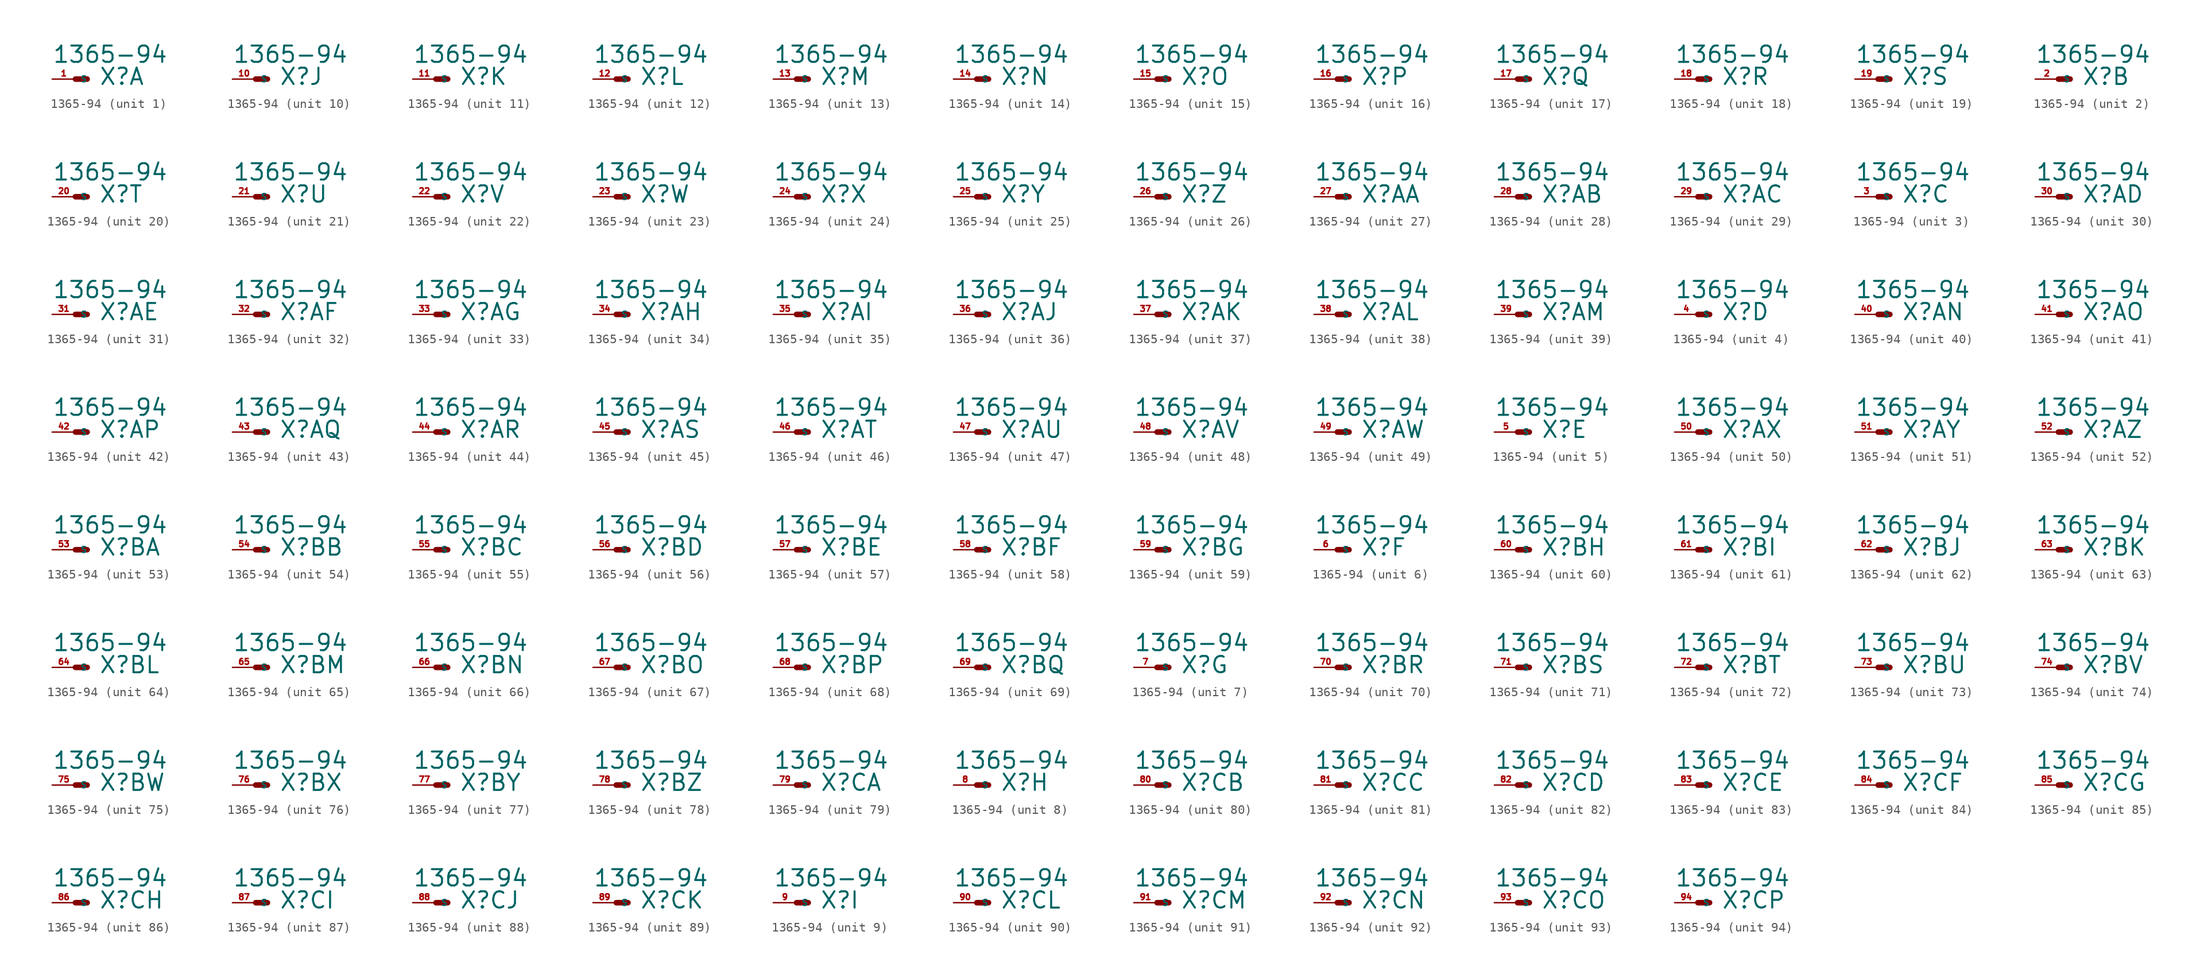
<source format=kicad_sym>
(kicad_symbol_lib
  (version 20220914)
  (generator Eagle2Kicad)
  (symbol "1365-94"
    (property "Reference" "X"
      (at 2.54 -0.762 0)
      (effects (font (size 1.778 1.778) (thickness 0.22)) (justify left bottom)))
    (property "Value" "1365-94"
      (at -2.54 1.651 0)
      (effects (font (size 1.778 1.778) (thickness 0.22)) (justify left bottom)))
    (symbol "1365-94_1_0"
      (polyline (pts (xy 0 0) (xy 1.27 0)) (stroke (width 0.61) (type default)) (fill (type none)))
      (pin passive line (at -2.54 0 0) (length 2.54) (name "S" (effects (font (size 0.635 0.635) (thickness 0.08)) (justify left bottom))) (number "1" (effects (font (size 0.635 0.635) (thickness 0.08)) (justify left bottom)))))
    (symbol "1365-94_2_0"
      (polyline (pts (xy 0 0) (xy 1.27 0)) (stroke (width 0.61) (type default)) (fill (type none)))
      (pin passive line (at -2.54 0 0) (length 2.54) (name "S" (effects (font (size 0.635 0.635) (thickness 0.08)) (justify left bottom))) (number "2" (effects (font (size 0.635 0.635) (thickness 0.08)) (justify left bottom)))))
    (symbol "1365-94_3_0"
      (polyline (pts (xy 0 0) (xy 1.27 0)) (stroke (width 0.61) (type default)) (fill (type none)))
      (pin passive line (at -2.54 0 0) (length 2.54) (name "S" (effects (font (size 0.635 0.635) (thickness 0.08)) (justify left bottom))) (number "3" (effects (font (size 0.635 0.635) (thickness 0.08)) (justify left bottom)))))
    (symbol "1365-94_4_0"
      (polyline (pts (xy 0 0) (xy 1.27 0)) (stroke (width 0.61) (type default)) (fill (type none)))
      (pin passive line (at -2.54 0 0) (length 2.54) (name "S" (effects (font (size 0.635 0.635) (thickness 0.08)) (justify left bottom))) (number "4" (effects (font (size 0.635 0.635) (thickness 0.08)) (justify left bottom)))))
    (symbol "1365-94_5_0"
      (polyline (pts (xy 0 0) (xy 1.27 0)) (stroke (width 0.61) (type default)) (fill (type none)))
      (pin passive line (at -2.54 0 0) (length 2.54) (name "S" (effects (font (size 0.635 0.635) (thickness 0.08)) (justify left bottom))) (number "5" (effects (font (size 0.635 0.635) (thickness 0.08)) (justify left bottom)))))
    (symbol "1365-94_6_0"
      (polyline (pts (xy 0 0) (xy 1.27 0)) (stroke (width 0.61) (type default)) (fill (type none)))
      (pin passive line (at -2.54 0 0) (length 2.54) (name "S" (effects (font (size 0.635 0.635) (thickness 0.08)) (justify left bottom))) (number "6" (effects (font (size 0.635 0.635) (thickness 0.08)) (justify left bottom)))))
    (symbol "1365-94_7_0"
      (polyline (pts (xy 0 0) (xy 1.27 0)) (stroke (width 0.61) (type default)) (fill (type none)))
      (pin passive line (at -2.54 0 0) (length 2.54) (name "S" (effects (font (size 0.635 0.635) (thickness 0.08)) (justify left bottom))) (number "7" (effects (font (size 0.635 0.635) (thickness 0.08)) (justify left bottom)))))
    (symbol "1365-94_8_0"
      (polyline (pts (xy 0 0) (xy 1.27 0)) (stroke (width 0.61) (type default)) (fill (type none)))
      (pin passive line (at -2.54 0 0) (length 2.54) (name "S" (effects (font (size 0.635 0.635) (thickness 0.08)) (justify left bottom))) (number "8" (effects (font (size 0.635 0.635) (thickness 0.08)) (justify left bottom)))))
    (symbol "1365-94_9_0"
      (polyline (pts (xy 0 0) (xy 1.27 0)) (stroke (width 0.61) (type default)) (fill (type none)))
      (pin passive line (at -2.54 0 0) (length 2.54) (name "S" (effects (font (size 0.635 0.635) (thickness 0.08)) (justify left bottom))) (number "9" (effects (font (size 0.635 0.635) (thickness 0.08)) (justify left bottom)))))
    (symbol "1365-94_10_0"
      (polyline (pts (xy 0 0) (xy 1.27 0)) (stroke (width 0.61) (type default)) (fill (type none)))
      (pin passive line (at -2.54 0 0) (length 2.54) (name "S" (effects (font (size 0.635 0.635) (thickness 0.08)) (justify left bottom))) (number "10" (effects (font (size 0.635 0.635) (thickness 0.08)) (justify left bottom)))))
    (symbol "1365-94_11_0"
      (polyline (pts (xy 0 0) (xy 1.27 0)) (stroke (width 0.61) (type default)) (fill (type none)))
      (pin passive line (at -2.54 0 0) (length 2.54) (name "S" (effects (font (size 0.635 0.635) (thickness 0.08)) (justify left bottom))) (number "11" (effects (font (size 0.635 0.635) (thickness 0.08)) (justify left bottom)))))
    (symbol "1365-94_12_0"
      (polyline (pts (xy 0 0) (xy 1.27 0)) (stroke (width 0.61) (type default)) (fill (type none)))
      (pin passive line (at -2.54 0 0) (length 2.54) (name "S" (effects (font (size 0.635 0.635) (thickness 0.08)) (justify left bottom))) (number "12" (effects (font (size 0.635 0.635) (thickness 0.08)) (justify left bottom)))))
    (symbol "1365-94_13_0"
      (polyline (pts (xy 0 0) (xy 1.27 0)) (stroke (width 0.61) (type default)) (fill (type none)))
      (pin passive line (at -2.54 0 0) (length 2.54) (name "S" (effects (font (size 0.635 0.635) (thickness 0.08)) (justify left bottom))) (number "13" (effects (font (size 0.635 0.635) (thickness 0.08)) (justify left bottom)))))
    (symbol "1365-94_14_0"
      (polyline (pts (xy 0 0) (xy 1.27 0)) (stroke (width 0.61) (type default)) (fill (type none)))
      (pin passive line (at -2.54 0 0) (length 2.54) (name "S" (effects (font (size 0.635 0.635) (thickness 0.08)) (justify left bottom))) (number "14" (effects (font (size 0.635 0.635) (thickness 0.08)) (justify left bottom)))))
    (symbol "1365-94_15_0"
      (polyline (pts (xy 0 0) (xy 1.27 0)) (stroke (width 0.61) (type default)) (fill (type none)))
      (pin passive line (at -2.54 0 0) (length 2.54) (name "S" (effects (font (size 0.635 0.635) (thickness 0.08)) (justify left bottom))) (number "15" (effects (font (size 0.635 0.635) (thickness 0.08)) (justify left bottom)))))
    (symbol "1365-94_16_0"
      (polyline (pts (xy 0 0) (xy 1.27 0)) (stroke (width 0.61) (type default)) (fill (type none)))
      (pin passive line (at -2.54 0 0) (length 2.54) (name "S" (effects (font (size 0.635 0.635) (thickness 0.08)) (justify left bottom))) (number "16" (effects (font (size 0.635 0.635) (thickness 0.08)) (justify left bottom)))))
    (symbol "1365-94_17_0"
      (polyline (pts (xy 0 0) (xy 1.27 0)) (stroke (width 0.61) (type default)) (fill (type none)))
      (pin passive line (at -2.54 0 0) (length 2.54) (name "S" (effects (font (size 0.635 0.635) (thickness 0.08)) (justify left bottom))) (number "17" (effects (font (size 0.635 0.635) (thickness 0.08)) (justify left bottom)))))
    (symbol "1365-94_18_0"
      (polyline (pts (xy 0 0) (xy 1.27 0)) (stroke (width 0.61) (type default)) (fill (type none)))
      (pin passive line (at -2.54 0 0) (length 2.54) (name "S" (effects (font (size 0.635 0.635) (thickness 0.08)) (justify left bottom))) (number "18" (effects (font (size 0.635 0.635) (thickness 0.08)) (justify left bottom)))))
    (symbol "1365-94_19_0"
      (polyline (pts (xy 0 0) (xy 1.27 0)) (stroke (width 0.61) (type default)) (fill (type none)))
      (pin passive line (at -2.54 0 0) (length 2.54) (name "S" (effects (font (size 0.635 0.635) (thickness 0.08)) (justify left bottom))) (number "19" (effects (font (size 0.635 0.635) (thickness 0.08)) (justify left bottom)))))
    (symbol "1365-94_20_0"
      (polyline (pts (xy 0 0) (xy 1.27 0)) (stroke (width 0.61) (type default)) (fill (type none)))
      (pin passive line (at -2.54 0 0) (length 2.54) (name "S" (effects (font (size 0.635 0.635) (thickness 0.08)) (justify left bottom))) (number "20" (effects (font (size 0.635 0.635) (thickness 0.08)) (justify left bottom)))))
    (symbol "1365-94_21_0"
      (polyline (pts (xy 0 0) (xy 1.27 0)) (stroke (width 0.61) (type default)) (fill (type none)))
      (pin passive line (at -2.54 0 0) (length 2.54) (name "S" (effects (font (size 0.635 0.635) (thickness 0.08)) (justify left bottom))) (number "21" (effects (font (size 0.635 0.635) (thickness 0.08)) (justify left bottom)))))
    (symbol "1365-94_22_0"
      (polyline (pts (xy 0 0) (xy 1.27 0)) (stroke (width 0.61) (type default)) (fill (type none)))
      (pin passive line (at -2.54 0 0) (length 2.54) (name "S" (effects (font (size 0.635 0.635) (thickness 0.08)) (justify left bottom))) (number "22" (effects (font (size 0.635 0.635) (thickness 0.08)) (justify left bottom)))))
    (symbol "1365-94_23_0"
      (polyline (pts (xy 0 0) (xy 1.27 0)) (stroke (width 0.61) (type default)) (fill (type none)))
      (pin passive line (at -2.54 0 0) (length 2.54) (name "S" (effects (font (size 0.635 0.635) (thickness 0.08)) (justify left bottom))) (number "23" (effects (font (size 0.635 0.635) (thickness 0.08)) (justify left bottom)))))
    (symbol "1365-94_24_0"
      (polyline (pts (xy 0 0) (xy 1.27 0)) (stroke (width 0.61) (type default)) (fill (type none)))
      (pin passive line (at -2.54 0 0) (length 2.54) (name "S" (effects (font (size 0.635 0.635) (thickness 0.08)) (justify left bottom))) (number "24" (effects (font (size 0.635 0.635) (thickness 0.08)) (justify left bottom)))))
    (symbol "1365-94_25_0"
      (polyline (pts (xy 0 0) (xy 1.27 0)) (stroke (width 0.61) (type default)) (fill (type none)))
      (pin passive line (at -2.54 0 0) (length 2.54) (name "S" (effects (font (size 0.635 0.635) (thickness 0.08)) (justify left bottom))) (number "25" (effects (font (size 0.635 0.635) (thickness 0.08)) (justify left bottom)))))
    (symbol "1365-94_26_0"
      (polyline (pts (xy 0 0) (xy 1.27 0)) (stroke (width 0.61) (type default)) (fill (type none)))
      (pin passive line (at -2.54 0 0) (length 2.54) (name "S" (effects (font (size 0.635 0.635) (thickness 0.08)) (justify left bottom))) (number "26" (effects (font (size 0.635 0.635) (thickness 0.08)) (justify left bottom)))))
    (symbol "1365-94_27_0"
      (polyline (pts (xy 0 0) (xy 1.27 0)) (stroke (width 0.61) (type default)) (fill (type none)))
      (pin passive line (at -2.54 0 0) (length 2.54) (name "S" (effects (font (size 0.635 0.635) (thickness 0.08)) (justify left bottom))) (number "27" (effects (font (size 0.635 0.635) (thickness 0.08)) (justify left bottom)))))
    (symbol "1365-94_28_0"
      (polyline (pts (xy 0 0) (xy 1.27 0)) (stroke (width 0.61) (type default)) (fill (type none)))
      (pin passive line (at -2.54 0 0) (length 2.54) (name "S" (effects (font (size 0.635 0.635) (thickness 0.08)) (justify left bottom))) (number "28" (effects (font (size 0.635 0.635) (thickness 0.08)) (justify left bottom)))))
    (symbol "1365-94_29_0"
      (polyline (pts (xy 0 0) (xy 1.27 0)) (stroke (width 0.61) (type default)) (fill (type none)))
      (pin passive line (at -2.54 0 0) (length 2.54) (name "S" (effects (font (size 0.635 0.635) (thickness 0.08)) (justify left bottom))) (number "29" (effects (font (size 0.635 0.635) (thickness 0.08)) (justify left bottom)))))
    (symbol "1365-94_30_0"
      (polyline (pts (xy 0 0) (xy 1.27 0)) (stroke (width 0.61) (type default)) (fill (type none)))
      (pin passive line (at -2.54 0 0) (length 2.54) (name "S" (effects (font (size 0.635 0.635) (thickness 0.08)) (justify left bottom))) (number "30" (effects (font (size 0.635 0.635) (thickness 0.08)) (justify left bottom)))))
    (symbol "1365-94_31_0"
      (polyline (pts (xy 0 0) (xy 1.27 0)) (stroke (width 0.61) (type default)) (fill (type none)))
      (pin passive line (at -2.54 0 0) (length 2.54) (name "S" (effects (font (size 0.635 0.635) (thickness 0.08)) (justify left bottom))) (number "31" (effects (font (size 0.635 0.635) (thickness 0.08)) (justify left bottom)))))
    (symbol "1365-94_32_0"
      (polyline (pts (xy 0 0) (xy 1.27 0)) (stroke (width 0.61) (type default)) (fill (type none)))
      (pin passive line (at -2.54 0 0) (length 2.54) (name "S" (effects (font (size 0.635 0.635) (thickness 0.08)) (justify left bottom))) (number "32" (effects (font (size 0.635 0.635) (thickness 0.08)) (justify left bottom)))))
    (symbol "1365-94_33_0"
      (polyline (pts (xy 0 0) (xy 1.27 0)) (stroke (width 0.61) (type default)) (fill (type none)))
      (pin passive line (at -2.54 0 0) (length 2.54) (name "S" (effects (font (size 0.635 0.635) (thickness 0.08)) (justify left bottom))) (number "33" (effects (font (size 0.635 0.635) (thickness 0.08)) (justify left bottom)))))
    (symbol "1365-94_34_0"
      (polyline (pts (xy 0 0) (xy 1.27 0)) (stroke (width 0.61) (type default)) (fill (type none)))
      (pin passive line (at -2.54 0 0) (length 2.54) (name "S" (effects (font (size 0.635 0.635) (thickness 0.08)) (justify left bottom))) (number "34" (effects (font (size 0.635 0.635) (thickness 0.08)) (justify left bottom)))))
    (symbol "1365-94_35_0"
      (polyline (pts (xy 0 0) (xy 1.27 0)) (stroke (width 0.61) (type default)) (fill (type none)))
      (pin passive line (at -2.54 0 0) (length 2.54) (name "S" (effects (font (size 0.635 0.635) (thickness 0.08)) (justify left bottom))) (number "35" (effects (font (size 0.635 0.635) (thickness 0.08)) (justify left bottom)))))
    (symbol "1365-94_36_0"
      (polyline (pts (xy 0 0) (xy 1.27 0)) (stroke (width 0.61) (type default)) (fill (type none)))
      (pin passive line (at -2.54 0 0) (length 2.54) (name "S" (effects (font (size 0.635 0.635) (thickness 0.08)) (justify left bottom))) (number "36" (effects (font (size 0.635 0.635) (thickness 0.08)) (justify left bottom)))))
    (symbol "1365-94_37_0"
      (polyline (pts (xy 0 0) (xy 1.27 0)) (stroke (width 0.61) (type default)) (fill (type none)))
      (pin passive line (at -2.54 0 0) (length 2.54) (name "S" (effects (font (size 0.635 0.635) (thickness 0.08)) (justify left bottom))) (number "37" (effects (font (size 0.635 0.635) (thickness 0.08)) (justify left bottom)))))
    (symbol "1365-94_38_0"
      (polyline (pts (xy 0 0) (xy 1.27 0)) (stroke (width 0.61) (type default)) (fill (type none)))
      (pin passive line (at -2.54 0 0) (length 2.54) (name "S" (effects (font (size 0.635 0.635) (thickness 0.08)) (justify left bottom))) (number "38" (effects (font (size 0.635 0.635) (thickness 0.08)) (justify left bottom)))))
    (symbol "1365-94_39_0"
      (polyline (pts (xy 0 0) (xy 1.27 0)) (stroke (width 0.61) (type default)) (fill (type none)))
      (pin passive line (at -2.54 0 0) (length 2.54) (name "S" (effects (font (size 0.635 0.635) (thickness 0.08)) (justify left bottom))) (number "39" (effects (font (size 0.635 0.635) (thickness 0.08)) (justify left bottom)))))
    (symbol "1365-94_40_0"
      (polyline (pts (xy 0 0) (xy 1.27 0)) (stroke (width 0.61) (type default)) (fill (type none)))
      (pin passive line (at -2.54 0 0) (length 2.54) (name "S" (effects (font (size 0.635 0.635) (thickness 0.08)) (justify left bottom))) (number "40" (effects (font (size 0.635 0.635) (thickness 0.08)) (justify left bottom)))))
    (symbol "1365-94_41_0"
      (polyline (pts (xy 0 0) (xy 1.27 0)) (stroke (width 0.61) (type default)) (fill (type none)))
      (pin passive line (at -2.54 0 0) (length 2.54) (name "S" (effects (font (size 0.635 0.635) (thickness 0.08)) (justify left bottom))) (number "41" (effects (font (size 0.635 0.635) (thickness 0.08)) (justify left bottom)))))
    (symbol "1365-94_42_0"
      (polyline (pts (xy 0 0) (xy 1.27 0)) (stroke (width 0.61) (type default)) (fill (type none)))
      (pin passive line (at -2.54 0 0) (length 2.54) (name "S" (effects (font (size 0.635 0.635) (thickness 0.08)) (justify left bottom))) (number "42" (effects (font (size 0.635 0.635) (thickness 0.08)) (justify left bottom)))))
    (symbol "1365-94_43_0"
      (polyline (pts (xy 0 0) (xy 1.27 0)) (stroke (width 0.61) (type default)) (fill (type none)))
      (pin passive line (at -2.54 0 0) (length 2.54) (name "S" (effects (font (size 0.635 0.635) (thickness 0.08)) (justify left bottom))) (number "43" (effects (font (size 0.635 0.635) (thickness 0.08)) (justify left bottom)))))
    (symbol "1365-94_44_0"
      (polyline (pts (xy 0 0) (xy 1.27 0)) (stroke (width 0.61) (type default)) (fill (type none)))
      (pin passive line (at -2.54 0 0) (length 2.54) (name "S" (effects (font (size 0.635 0.635) (thickness 0.08)) (justify left bottom))) (number "44" (effects (font (size 0.635 0.635) (thickness 0.08)) (justify left bottom)))))
    (symbol "1365-94_45_0"
      (polyline (pts (xy 0 0) (xy 1.27 0)) (stroke (width 0.61) (type default)) (fill (type none)))
      (pin passive line (at -2.54 0 0) (length 2.54) (name "S" (effects (font (size 0.635 0.635) (thickness 0.08)) (justify left bottom))) (number "45" (effects (font (size 0.635 0.635) (thickness 0.08)) (justify left bottom)))))
    (symbol "1365-94_46_0"
      (polyline (pts (xy 0 0) (xy 1.27 0)) (stroke (width 0.61) (type default)) (fill (type none)))
      (pin passive line (at -2.54 0 0) (length 2.54) (name "S" (effects (font (size 0.635 0.635) (thickness 0.08)) (justify left bottom))) (number "46" (effects (font (size 0.635 0.635) (thickness 0.08)) (justify left bottom)))))
    (symbol "1365-94_47_0"
      (polyline (pts (xy 0 0) (xy 1.27 0)) (stroke (width 0.61) (type default)) (fill (type none)))
      (pin passive line (at -2.54 0 0) (length 2.54) (name "S" (effects (font (size 0.635 0.635) (thickness 0.08)) (justify left bottom))) (number "47" (effects (font (size 0.635 0.635) (thickness 0.08)) (justify left bottom)))))
    (symbol "1365-94_48_0"
      (polyline (pts (xy 0 0) (xy 1.27 0)) (stroke (width 0.61) (type default)) (fill (type none)))
      (pin passive line (at -2.54 0 0) (length 2.54) (name "S" (effects (font (size 0.635 0.635) (thickness 0.08)) (justify left bottom))) (number "48" (effects (font (size 0.635 0.635) (thickness 0.08)) (justify left bottom)))))
    (symbol "1365-94_49_0"
      (polyline (pts (xy 0 0) (xy 1.27 0)) (stroke (width 0.61) (type default)) (fill (type none)))
      (pin passive line (at -2.54 0 0) (length 2.54) (name "S" (effects (font (size 0.635 0.635) (thickness 0.08)) (justify left bottom))) (number "49" (effects (font (size 0.635 0.635) (thickness 0.08)) (justify left bottom)))))
    (symbol "1365-94_50_0"
      (polyline (pts (xy 0 0) (xy 1.27 0)) (stroke (width 0.61) (type default)) (fill (type none)))
      (pin passive line (at -2.54 0 0) (length 2.54) (name "S" (effects (font (size 0.635 0.635) (thickness 0.08)) (justify left bottom))) (number "50" (effects (font (size 0.635 0.635) (thickness 0.08)) (justify left bottom)))))
    (symbol "1365-94_51_0"
      (polyline (pts (xy 0 0) (xy 1.27 0)) (stroke (width 0.61) (type default)) (fill (type none)))
      (pin passive line (at -2.54 0 0) (length 2.54) (name "S" (effects (font (size 0.635 0.635) (thickness 0.08)) (justify left bottom))) (number "51" (effects (font (size 0.635 0.635) (thickness 0.08)) (justify left bottom)))))
    (symbol "1365-94_52_0"
      (polyline (pts (xy 0 0) (xy 1.27 0)) (stroke (width 0.61) (type default)) (fill (type none)))
      (pin passive line (at -2.54 0 0) (length 2.54) (name "S" (effects (font (size 0.635 0.635) (thickness 0.08)) (justify left bottom))) (number "52" (effects (font (size 0.635 0.635) (thickness 0.08)) (justify left bottom)))))
    (symbol "1365-94_53_0"
      (polyline (pts (xy 0 0) (xy 1.27 0)) (stroke (width 0.61) (type default)) (fill (type none)))
      (pin passive line (at -2.54 0 0) (length 2.54) (name "S" (effects (font (size 0.635 0.635) (thickness 0.08)) (justify left bottom))) (number "53" (effects (font (size 0.635 0.635) (thickness 0.08)) (justify left bottom)))))
    (symbol "1365-94_54_0"
      (polyline (pts (xy 0 0) (xy 1.27 0)) (stroke (width 0.61) (type default)) (fill (type none)))
      (pin passive line (at -2.54 0 0) (length 2.54) (name "S" (effects (font (size 0.635 0.635) (thickness 0.08)) (justify left bottom))) (number "54" (effects (font (size 0.635 0.635) (thickness 0.08)) (justify left bottom)))))
    (symbol "1365-94_55_0"
      (polyline (pts (xy 0 0) (xy 1.27 0)) (stroke (width 0.61) (type default)) (fill (type none)))
      (pin passive line (at -2.54 0 0) (length 2.54) (name "S" (effects (font (size 0.635 0.635) (thickness 0.08)) (justify left bottom))) (number "55" (effects (font (size 0.635 0.635) (thickness 0.08)) (justify left bottom)))))
    (symbol "1365-94_56_0"
      (polyline (pts (xy 0 0) (xy 1.27 0)) (stroke (width 0.61) (type default)) (fill (type none)))
      (pin passive line (at -2.54 0 0) (length 2.54) (name "S" (effects (font (size 0.635 0.635) (thickness 0.08)) (justify left bottom))) (number "56" (effects (font (size 0.635 0.635) (thickness 0.08)) (justify left bottom)))))
    (symbol "1365-94_57_0"
      (polyline (pts (xy 0 0) (xy 1.27 0)) (stroke (width 0.61) (type default)) (fill (type none)))
      (pin passive line (at -2.54 0 0) (length 2.54) (name "S" (effects (font (size 0.635 0.635) (thickness 0.08)) (justify left bottom))) (number "57" (effects (font (size 0.635 0.635) (thickness 0.08)) (justify left bottom)))))
    (symbol "1365-94_58_0"
      (polyline (pts (xy 0 0) (xy 1.27 0)) (stroke (width 0.61) (type default)) (fill (type none)))
      (pin passive line (at -2.54 0 0) (length 2.54) (name "S" (effects (font (size 0.635 0.635) (thickness 0.08)) (justify left bottom))) (number "58" (effects (font (size 0.635 0.635) (thickness 0.08)) (justify left bottom)))))
    (symbol "1365-94_59_0"
      (polyline (pts (xy 0 0) (xy 1.27 0)) (stroke (width 0.61) (type default)) (fill (type none)))
      (pin passive line (at -2.54 0 0) (length 2.54) (name "S" (effects (font (size 0.635 0.635) (thickness 0.08)) (justify left bottom))) (number "59" (effects (font (size 0.635 0.635) (thickness 0.08)) (justify left bottom)))))
    (symbol "1365-94_60_0"
      (polyline (pts (xy 0 0) (xy 1.27 0)) (stroke (width 0.61) (type default)) (fill (type none)))
      (pin passive line (at -2.54 0 0) (length 2.54) (name "S" (effects (font (size 0.635 0.635) (thickness 0.08)) (justify left bottom))) (number "60" (effects (font (size 0.635 0.635) (thickness 0.08)) (justify left bottom)))))
    (symbol "1365-94_61_0"
      (polyline (pts (xy 0 0) (xy 1.27 0)) (stroke (width 0.61) (type default)) (fill (type none)))
      (pin passive line (at -2.54 0 0) (length 2.54) (name "S" (effects (font (size 0.635 0.635) (thickness 0.08)) (justify left bottom))) (number "61" (effects (font (size 0.635 0.635) (thickness 0.08)) (justify left bottom)))))
    (symbol "1365-94_62_0"
      (polyline (pts (xy 0 0) (xy 1.27 0)) (stroke (width 0.61) (type default)) (fill (type none)))
      (pin passive line (at -2.54 0 0) (length 2.54) (name "S" (effects (font (size 0.635 0.635) (thickness 0.08)) (justify left bottom))) (number "62" (effects (font (size 0.635 0.635) (thickness 0.08)) (justify left bottom)))))
    (symbol "1365-94_63_0"
      (polyline (pts (xy 0 0) (xy 1.27 0)) (stroke (width 0.61) (type default)) (fill (type none)))
      (pin passive line (at -2.54 0 0) (length 2.54) (name "S" (effects (font (size 0.635 0.635) (thickness 0.08)) (justify left bottom))) (number "63" (effects (font (size 0.635 0.635) (thickness 0.08)) (justify left bottom)))))
    (symbol "1365-94_64_0"
      (polyline (pts (xy 0 0) (xy 1.27 0)) (stroke (width 0.61) (type default)) (fill (type none)))
      (pin passive line (at -2.54 0 0) (length 2.54) (name "S" (effects (font (size 0.635 0.635) (thickness 0.08)) (justify left bottom))) (number "64" (effects (font (size 0.635 0.635) (thickness 0.08)) (justify left bottom)))))
    (symbol "1365-94_65_0"
      (polyline (pts (xy 0 0) (xy 1.27 0)) (stroke (width 0.61) (type default)) (fill (type none)))
      (pin passive line (at -2.54 0 0) (length 2.54) (name "S" (effects (font (size 0.635 0.635) (thickness 0.08)) (justify left bottom))) (number "65" (effects (font (size 0.635 0.635) (thickness 0.08)) (justify left bottom)))))
    (symbol "1365-94_66_0"
      (polyline (pts (xy 0 0) (xy 1.27 0)) (stroke (width 0.61) (type default)) (fill (type none)))
      (pin passive line (at -2.54 0 0) (length 2.54) (name "S" (effects (font (size 0.635 0.635) (thickness 0.08)) (justify left bottom))) (number "66" (effects (font (size 0.635 0.635) (thickness 0.08)) (justify left bottom)))))
    (symbol "1365-94_67_0"
      (polyline (pts (xy 0 0) (xy 1.27 0)) (stroke (width 0.61) (type default)) (fill (type none)))
      (pin passive line (at -2.54 0 0) (length 2.54) (name "S" (effects (font (size 0.635 0.635) (thickness 0.08)) (justify left bottom))) (number "67" (effects (font (size 0.635 0.635) (thickness 0.08)) (justify left bottom)))))
    (symbol "1365-94_68_0"
      (polyline (pts (xy 0 0) (xy 1.27 0)) (stroke (width 0.61) (type default)) (fill (type none)))
      (pin passive line (at -2.54 0 0) (length 2.54) (name "S" (effects (font (size 0.635 0.635) (thickness 0.08)) (justify left bottom))) (number "68" (effects (font (size 0.635 0.635) (thickness 0.08)) (justify left bottom)))))
    (symbol "1365-94_69_0"
      (polyline (pts (xy 0 0) (xy 1.27 0)) (stroke (width 0.61) (type default)) (fill (type none)))
      (pin passive line (at -2.54 0 0) (length 2.54) (name "S" (effects (font (size 0.635 0.635) (thickness 0.08)) (justify left bottom))) (number "69" (effects (font (size 0.635 0.635) (thickness 0.08)) (justify left bottom)))))
    (symbol "1365-94_70_0"
      (polyline (pts (xy 0 0) (xy 1.27 0)) (stroke (width 0.61) (type default)) (fill (type none)))
      (pin passive line (at -2.54 0 0) (length 2.54) (name "S" (effects (font (size 0.635 0.635) (thickness 0.08)) (justify left bottom))) (number "70" (effects (font (size 0.635 0.635) (thickness 0.08)) (justify left bottom)))))
    (symbol "1365-94_71_0"
      (polyline (pts (xy 0 0) (xy 1.27 0)) (stroke (width 0.61) (type default)) (fill (type none)))
      (pin passive line (at -2.54 0 0) (length 2.54) (name "S" (effects (font (size 0.635 0.635) (thickness 0.08)) (justify left bottom))) (number "71" (effects (font (size 0.635 0.635) (thickness 0.08)) (justify left bottom)))))
    (symbol "1365-94_72_0"
      (polyline (pts (xy 0 0) (xy 1.27 0)) (stroke (width 0.61) (type default)) (fill (type none)))
      (pin passive line (at -2.54 0 0) (length 2.54) (name "S" (effects (font (size 0.635 0.635) (thickness 0.08)) (justify left bottom))) (number "72" (effects (font (size 0.635 0.635) (thickness 0.08)) (justify left bottom)))))
    (symbol "1365-94_73_0"
      (polyline (pts (xy 0 0) (xy 1.27 0)) (stroke (width 0.61) (type default)) (fill (type none)))
      (pin passive line (at -2.54 0 0) (length 2.54) (name "S" (effects (font (size 0.635 0.635) (thickness 0.08)) (justify left bottom))) (number "73" (effects (font (size 0.635 0.635) (thickness 0.08)) (justify left bottom)))))
    (symbol "1365-94_74_0"
      (polyline (pts (xy 0 0) (xy 1.27 0)) (stroke (width 0.61) (type default)) (fill (type none)))
      (pin passive line (at -2.54 0 0) (length 2.54) (name "S" (effects (font (size 0.635 0.635) (thickness 0.08)) (justify left bottom))) (number "74" (effects (font (size 0.635 0.635) (thickness 0.08)) (justify left bottom)))))
    (symbol "1365-94_75_0"
      (polyline (pts (xy 0 0) (xy 1.27 0)) (stroke (width 0.61) (type default)) (fill (type none)))
      (pin passive line (at -2.54 0 0) (length 2.54) (name "S" (effects (font (size 0.635 0.635) (thickness 0.08)) (justify left bottom))) (number "75" (effects (font (size 0.635 0.635) (thickness 0.08)) (justify left bottom)))))
    (symbol "1365-94_76_0"
      (polyline (pts (xy 0 0) (xy 1.27 0)) (stroke (width 0.61) (type default)) (fill (type none)))
      (pin passive line (at -2.54 0 0) (length 2.54) (name "S" (effects (font (size 0.635 0.635) (thickness 0.08)) (justify left bottom))) (number "76" (effects (font (size 0.635 0.635) (thickness 0.08)) (justify left bottom)))))
    (symbol "1365-94_77_0"
      (polyline (pts (xy 0 0) (xy 1.27 0)) (stroke (width 0.61) (type default)) (fill (type none)))
      (pin passive line (at -2.54 0 0) (length 2.54) (name "S" (effects (font (size 0.635 0.635) (thickness 0.08)) (justify left bottom))) (number "77" (effects (font (size 0.635 0.635) (thickness 0.08)) (justify left bottom)))))
    (symbol "1365-94_78_0"
      (polyline (pts (xy 0 0) (xy 1.27 0)) (stroke (width 0.61) (type default)) (fill (type none)))
      (pin passive line (at -2.54 0 0) (length 2.54) (name "S" (effects (font (size 0.635 0.635) (thickness 0.08)) (justify left bottom))) (number "78" (effects (font (size 0.635 0.635) (thickness 0.08)) (justify left bottom)))))
    (symbol "1365-94_79_0"
      (polyline (pts (xy 0 0) (xy 1.27 0)) (stroke (width 0.61) (type default)) (fill (type none)))
      (pin passive line (at -2.54 0 0) (length 2.54) (name "S" (effects (font (size 0.635 0.635) (thickness 0.08)) (justify left bottom))) (number "79" (effects (font (size 0.635 0.635) (thickness 0.08)) (justify left bottom)))))
    (symbol "1365-94_80_0"
      (polyline (pts (xy 0 0) (xy 1.27 0)) (stroke (width 0.61) (type default)) (fill (type none)))
      (pin passive line (at -2.54 0 0) (length 2.54) (name "S" (effects (font (size 0.635 0.635) (thickness 0.08)) (justify left bottom))) (number "80" (effects (font (size 0.635 0.635) (thickness 0.08)) (justify left bottom)))))
    (symbol "1365-94_81_0"
      (polyline (pts (xy 0 0) (xy 1.27 0)) (stroke (width 0.61) (type default)) (fill (type none)))
      (pin passive line (at -2.54 0 0) (length 2.54) (name "S" (effects (font (size 0.635 0.635) (thickness 0.08)) (justify left bottom))) (number "81" (effects (font (size 0.635 0.635) (thickness 0.08)) (justify left bottom)))))
    (symbol "1365-94_82_0"
      (polyline (pts (xy 0 0) (xy 1.27 0)) (stroke (width 0.61) (type default)) (fill (type none)))
      (pin passive line (at -2.54 0 0) (length 2.54) (name "S" (effects (font (size 0.635 0.635) (thickness 0.08)) (justify left bottom))) (number "82" (effects (font (size 0.635 0.635) (thickness 0.08)) (justify left bottom)))))
    (symbol "1365-94_83_0"
      (polyline (pts (xy 0 0) (xy 1.27 0)) (stroke (width 0.61) (type default)) (fill (type none)))
      (pin passive line (at -2.54 0 0) (length 2.54) (name "S" (effects (font (size 0.635 0.635) (thickness 0.08)) (justify left bottom))) (number "83" (effects (font (size 0.635 0.635) (thickness 0.08)) (justify left bottom)))))
    (symbol "1365-94_84_0"
      (polyline (pts (xy 0 0) (xy 1.27 0)) (stroke (width 0.61) (type default)) (fill (type none)))
      (pin passive line (at -2.54 0 0) (length 2.54) (name "S" (effects (font (size 0.635 0.635) (thickness 0.08)) (justify left bottom))) (number "84" (effects (font (size 0.635 0.635) (thickness 0.08)) (justify left bottom)))))
    (symbol "1365-94_85_0"
      (polyline (pts (xy 0 0) (xy 1.27 0)) (stroke (width 0.61) (type default)) (fill (type none)))
      (pin passive line (at -2.54 0 0) (length 2.54) (name "S" (effects (font (size 0.635 0.635) (thickness 0.08)) (justify left bottom))) (number "85" (effects (font (size 0.635 0.635) (thickness 0.08)) (justify left bottom)))))
    (symbol "1365-94_86_0"
      (polyline (pts (xy 0 0) (xy 1.27 0)) (stroke (width 0.61) (type default)) (fill (type none)))
      (pin passive line (at -2.54 0 0) (length 2.54) (name "S" (effects (font (size 0.635 0.635) (thickness 0.08)) (justify left bottom))) (number "86" (effects (font (size 0.635 0.635) (thickness 0.08)) (justify left bottom)))))
    (symbol "1365-94_87_0"
      (polyline (pts (xy 0 0) (xy 1.27 0)) (stroke (width 0.61) (type default)) (fill (type none)))
      (pin passive line (at -2.54 0 0) (length 2.54) (name "S" (effects (font (size 0.635 0.635) (thickness 0.08)) (justify left bottom))) (number "87" (effects (font (size 0.635 0.635) (thickness 0.08)) (justify left bottom)))))
    (symbol "1365-94_88_0"
      (polyline (pts (xy 0 0) (xy 1.27 0)) (stroke (width 0.61) (type default)) (fill (type none)))
      (pin passive line (at -2.54 0 0) (length 2.54) (name "S" (effects (font (size 0.635 0.635) (thickness 0.08)) (justify left bottom))) (number "88" (effects (font (size 0.635 0.635) (thickness 0.08)) (justify left bottom)))))
    (symbol "1365-94_89_0"
      (polyline (pts (xy 0 0) (xy 1.27 0)) (stroke (width 0.61) (type default)) (fill (type none)))
      (pin passive line (at -2.54 0 0) (length 2.54) (name "S" (effects (font (size 0.635 0.635) (thickness 0.08)) (justify left bottom))) (number "89" (effects (font (size 0.635 0.635) (thickness 0.08)) (justify left bottom)))))
    (symbol "1365-94_90_0"
      (polyline (pts (xy 0 0) (xy 1.27 0)) (stroke (width 0.61) (type default)) (fill (type none)))
      (pin passive line (at -2.54 0 0) (length 2.54) (name "S" (effects (font (size 0.635 0.635) (thickness 0.08)) (justify left bottom))) (number "90" (effects (font (size 0.635 0.635) (thickness 0.08)) (justify left bottom)))))
    (symbol "1365-94_91_0"
      (polyline (pts (xy 0 0) (xy 1.27 0)) (stroke (width 0.61) (type default)) (fill (type none)))
      (pin passive line (at -2.54 0 0) (length 2.54) (name "S" (effects (font (size 0.635 0.635) (thickness 0.08)) (justify left bottom))) (number "91" (effects (font (size 0.635 0.635) (thickness 0.08)) (justify left bottom)))))
    (symbol "1365-94_92_0"
      (polyline (pts (xy 0 0) (xy 1.27 0)) (stroke (width 0.61) (type default)) (fill (type none)))
      (pin passive line (at -2.54 0 0) (length 2.54) (name "S" (effects (font (size 0.635 0.635) (thickness 0.08)) (justify left bottom))) (number "92" (effects (font (size 0.635 0.635) (thickness 0.08)) (justify left bottom)))))
    (symbol "1365-94_93_0"
      (polyline (pts (xy 0 0) (xy 1.27 0)) (stroke (width 0.61) (type default)) (fill (type none)))
      (pin passive line (at -2.54 0 0) (length 2.54) (name "S" (effects (font (size 0.635 0.635) (thickness 0.08)) (justify left bottom))) (number "93" (effects (font (size 0.635 0.635) (thickness 0.08)) (justify left bottom)))))
    (symbol "1365-94_94_0"
      (polyline (pts (xy 0 0) (xy 1.27 0)) (stroke (width 0.61) (type default)) (fill (type none)))
      (pin passive line (at -2.54 0 0) (length 2.54) (name "S" (effects (font (size 0.635 0.635) (thickness 0.08)) (justify left bottom))) (number "94" (effects (font (size 0.635 0.635) (thickness 0.08)) (justify left bottom)))))))
</source>
